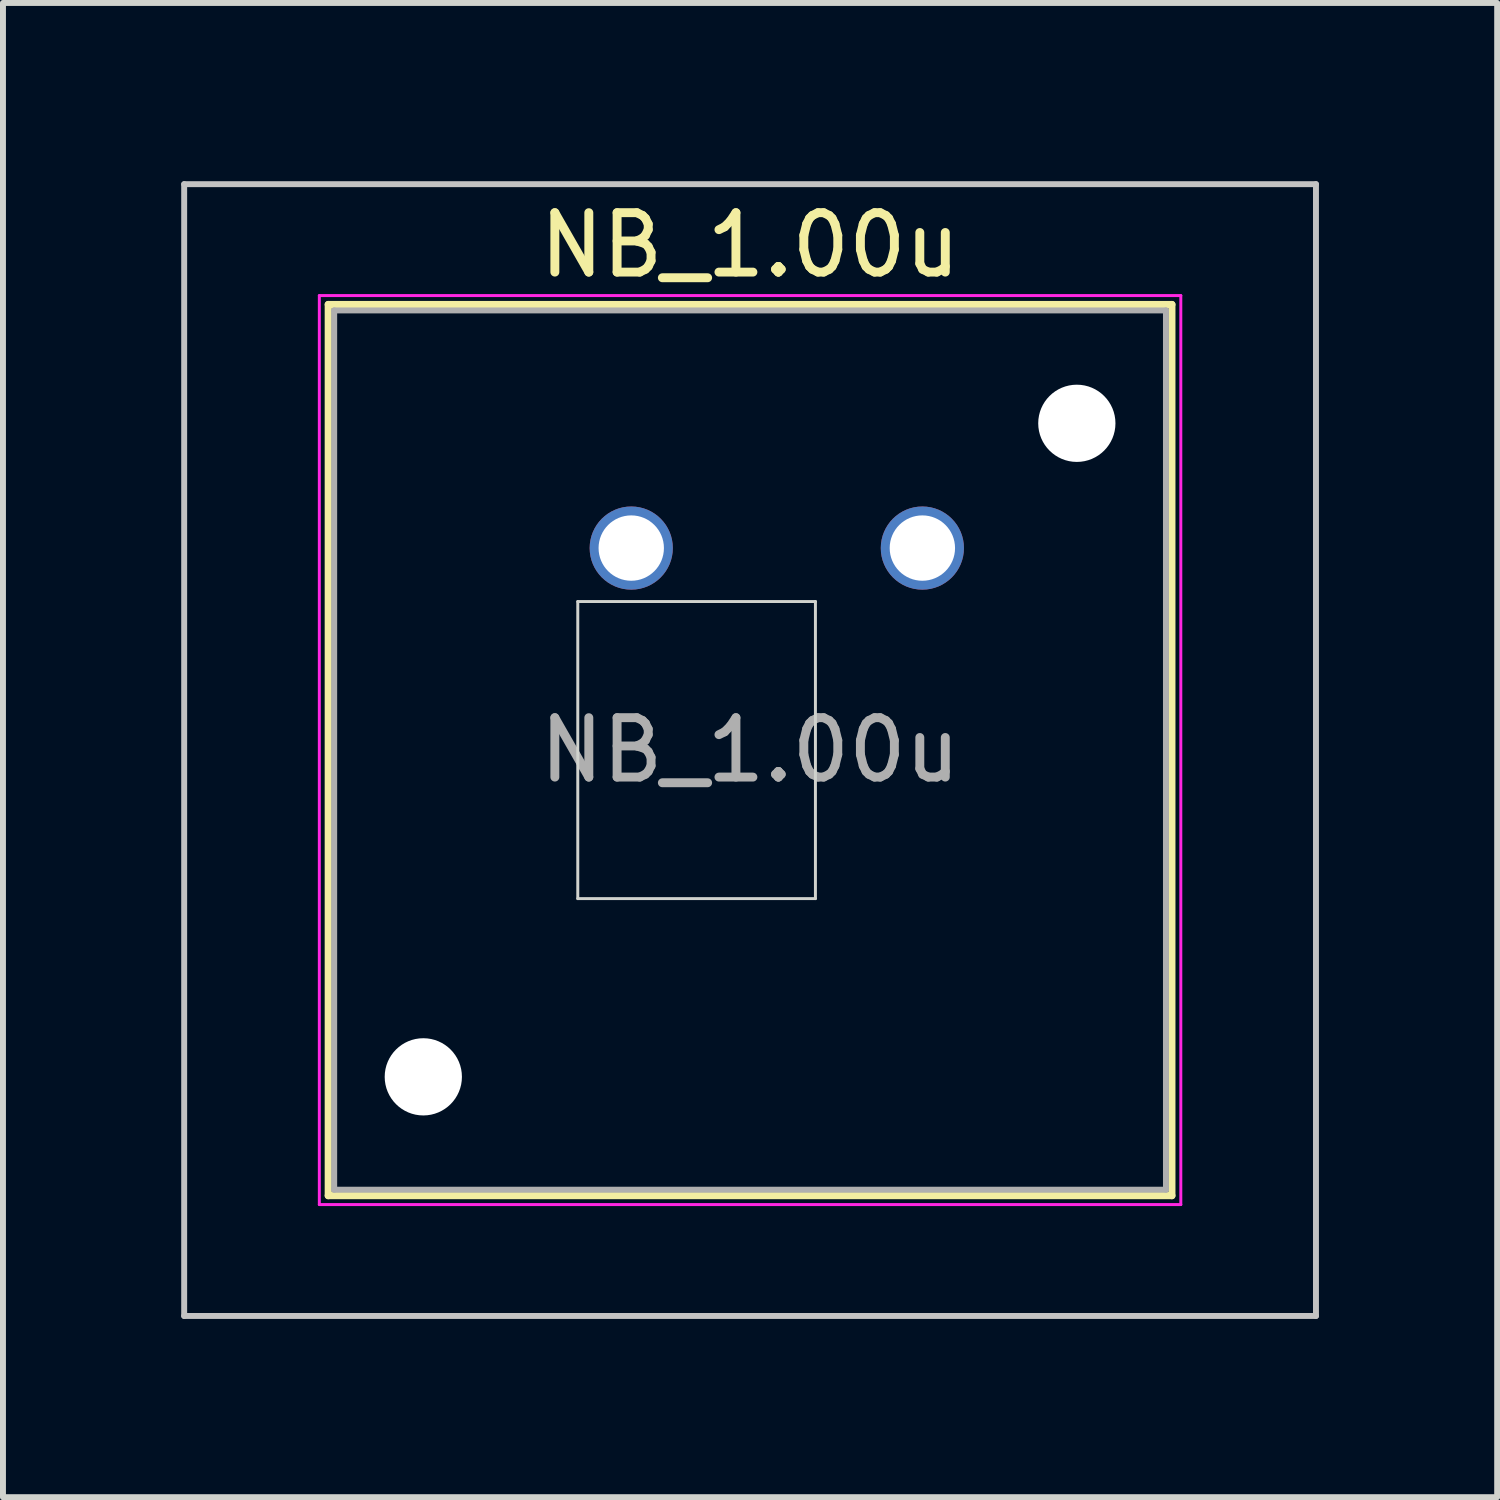
<source format=kicad_pcb>
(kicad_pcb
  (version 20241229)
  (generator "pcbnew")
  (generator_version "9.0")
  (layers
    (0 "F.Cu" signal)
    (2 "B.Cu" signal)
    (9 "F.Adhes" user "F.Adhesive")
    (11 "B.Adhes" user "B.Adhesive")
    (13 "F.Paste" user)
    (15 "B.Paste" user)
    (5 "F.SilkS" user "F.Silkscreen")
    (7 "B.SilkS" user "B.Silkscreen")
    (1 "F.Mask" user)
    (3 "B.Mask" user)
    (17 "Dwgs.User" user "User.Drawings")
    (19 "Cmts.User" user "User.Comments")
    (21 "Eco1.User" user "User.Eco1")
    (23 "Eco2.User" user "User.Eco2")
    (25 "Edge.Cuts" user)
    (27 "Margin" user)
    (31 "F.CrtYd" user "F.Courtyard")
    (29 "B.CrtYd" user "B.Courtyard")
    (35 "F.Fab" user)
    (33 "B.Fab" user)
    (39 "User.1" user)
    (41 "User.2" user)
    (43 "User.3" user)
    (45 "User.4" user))
  (footprint "NB_1.00u"
    (layer "F.Cu")
    (at 9.575 9.575)
    (property "Reference" "NB_1.00u" (at 0 -8.5 0) (layer "F.SilkS") (effects (font (size 1 1) (thickness 0.15))))
    (attr through_hole)
    (fp_line (start -7.1 -7.5) (end -7.1 7.5) (stroke (width 0.12) (type solid)) (layer "F.SilkS"))
    (fp_line (start -7.1 7.5) (end 7.1 7.5) (stroke (width 0.12) (type solid)) (layer "F.SilkS"))
    (fp_line (start 7.1 -7.5) (end -7.1 -7.5) (stroke (width 0.12) (type solid)) (layer "F.SilkS"))
    (fp_line (start 7.1 7.5) (end 7.1 -7.5) (stroke (width 0.12) (type solid)) (layer "F.SilkS"))
    (fp_line (start -9.525 -9.525) (end -9.525 9.525) (stroke (width 0.1) (type solid)) (layer "Dwgs.User"))
    (fp_line (start -9.525 9.525) (end 9.525 9.525) (stroke (width 0.1) (type solid)) (layer "Dwgs.User"))
    (fp_line (start 9.525 -9.525) (end -9.525 -9.525) (stroke (width 0.1) (type solid)) (layer "Dwgs.User"))
    (fp_line (start 9.525 9.525) (end 9.525 -9.525) (stroke (width 0.1) (type solid)) (layer "Dwgs.User"))
    (fp_line (start -8 -8) (end -8 8) (stroke (width 0.1) (type solid)) (layer "Eco1.User"))
    (fp_line (start -8 8) (end 8 8) (stroke (width 0.1) (type solid)) (layer "Eco1.User"))
    (fp_line (start 8 -8) (end -8 -8) (stroke (width 0.1) (type solid)) (layer "Eco1.User"))
    (fp_line (start 8 8) (end 8 -8) (stroke (width 0.1) (type solid)) (layer "Eco1.User"))
    (fp_line (start -2.9 -2.5) (end 1.1 -2.5) (stroke (width 0.05) (type solid)) (layer "Edge.Cuts"))
    (fp_line (start -2.9 2.5) (end -2.9 -2.5) (stroke (width 0.05) (type solid)) (layer "Edge.Cuts"))
    (fp_line (start 1.1 -2.5) (end 1.1 2.5) (stroke (width 0.05) (type solid)) (layer "Edge.Cuts"))
    (fp_line (start 1.1 2.5) (end -2.9 2.5) (stroke (width 0.05) (type solid)) (layer "Edge.Cuts"))
    (fp_line (start -7.25 -7.65) (end -7.25 7.65) (stroke (width 0.05) (type solid)) (layer "F.CrtYd"))
    (fp_line (start -7.25 7.65) (end 7.25 7.65) (stroke (width 0.05) (type solid)) (layer "F.CrtYd"))
    (fp_line (start 7.25 -7.65) (end -7.25 -7.65) (stroke (width 0.05) (type solid)) (layer "F.CrtYd"))
    (fp_line (start 7.25 7.65) (end 7.25 -7.65) (stroke (width 0.05) (type solid)) (layer "F.CrtYd"))
    (fp_line (start -7 -7.4) (end -7 7.4) (stroke (width 0.1) (type solid)) (layer "F.Fab"))
    (fp_line (start -7 7.4) (end 7 7.4) (stroke (width 0.1) (type solid)) (layer "F.Fab"))
    (fp_line (start 7 -7.4) (end -7 -7.4) (stroke (width 0.1) (type solid)) (layer "F.Fab"))
    (fp_line (start 7 7.4) (end 7 -7.4) (stroke (width 0.1) (type solid)) (layer "F.Fab"))
    (fp_text user "${REFERENCE}" (at 0 0 0) (layer "F.Fab") (effects (font (size 1 1) (thickness 0.15))))
    (pad "" np_thru_hole circle (at -5.5 5.5) (size 1.3 1.3) (drill 1.3) (layers "*.Cu" "*.Mask"))
    (pad "" np_thru_hole circle (at 5.5 -5.5) (size 1.3 1.3) (drill 1.3) (layers "*.Cu" "*.Mask"))
    (pad "1" thru_hole circle (at -2 -3.4) (size 1.4 1.4) (drill 1.1) (layers "*.Cu" "*.Mask"))
    (pad "2" thru_hole circle (at 2.9 -3.4) (size 1.4 1.4) (drill 1.1) (layers "*.Cu" "*.Mask")))
  (gr_rect
    (start -3 -3)
    (end 22.15 22.15)
    (stroke (width 0.1) (type default))
    (fill no)
    (layer "Edge.Cuts")))
</source>
